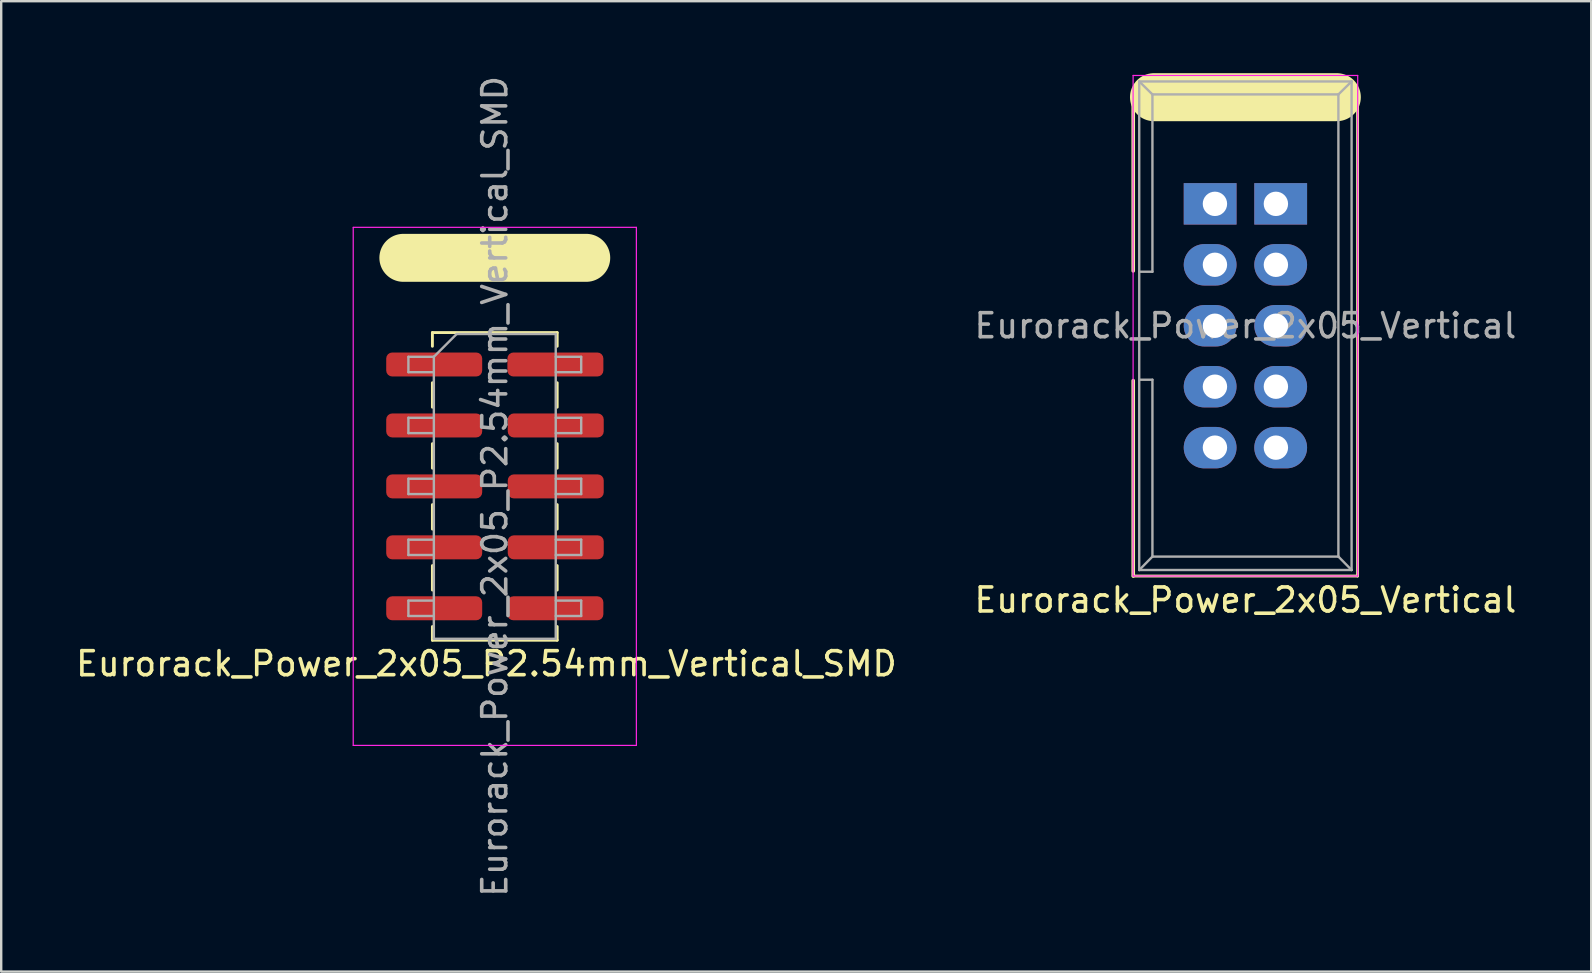
<source format=kicad_pcb>
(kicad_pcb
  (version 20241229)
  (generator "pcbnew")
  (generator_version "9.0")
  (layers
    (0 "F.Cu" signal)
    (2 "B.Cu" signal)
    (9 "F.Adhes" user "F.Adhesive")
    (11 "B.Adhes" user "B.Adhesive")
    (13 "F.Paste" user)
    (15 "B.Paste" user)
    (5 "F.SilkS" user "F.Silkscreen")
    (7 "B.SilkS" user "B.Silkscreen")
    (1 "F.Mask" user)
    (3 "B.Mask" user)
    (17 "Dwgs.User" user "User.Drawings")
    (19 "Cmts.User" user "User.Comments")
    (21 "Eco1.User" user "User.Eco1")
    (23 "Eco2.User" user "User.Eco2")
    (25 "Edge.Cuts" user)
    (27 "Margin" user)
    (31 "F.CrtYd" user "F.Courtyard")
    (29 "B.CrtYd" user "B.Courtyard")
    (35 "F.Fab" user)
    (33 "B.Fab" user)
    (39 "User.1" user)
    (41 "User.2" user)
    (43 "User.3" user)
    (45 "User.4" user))
  (footprint "Eurorack_Power_2x05_Vertical"
    (layer "F.Cu")
    (at 47.581 5.445)
    (property "Reference" "Eurorack_Power_2x05_Vertical" (at 1.27 16.51 0) (layer "F.SilkS") (effects (font (size 1 1) (thickness 0.15))))
    (attr through_hole)
    (fp_line (start -3.405 -4.445) (end -3.405 2.794) (stroke (width 0.15) (type solid)) (layer "F.SilkS"))
    (fp_line (start -3.405 15.51) (end -3.405 7.366) (stroke (width 0.15) (type solid)) (layer "F.SilkS"))
    (fp_line (start 5.08 -4.445) (end -2.54 -4.445) (stroke (width 2) (type solid)) (layer "F.SilkS"))
    (fp_line (start 5.945 -4.445) (end 5.945 15.51) (stroke (width 0.12) (type solid)) (layer "F.SilkS"))
    (fp_line (start 5.945 15.51) (end -3.405 15.51) (stroke (width 0.12) (type solid)) (layer "F.SilkS"))
    (fp_line (start -3.41 -5.35) (end -3.41 15.51) (stroke (width 0.05) (type solid)) (layer "F.CrtYd"))
    (fp_line (start 5.95 -5.35) (end -3.41 -5.35) (stroke (width 0.05) (type solid)) (layer "F.CrtYd"))
    (fp_line (start 5.95 -5.35) (end 5.95 15.51) (stroke (width 0.05) (type solid)) (layer "F.CrtYd"))
    (fp_line (start 5.95 15.51) (end -3.41 15.51) (stroke (width 0.05) (type solid)) (layer "F.CrtYd"))
    (fp_line (start -3.155 -5.1) (end -3.155 15.26) (stroke (width 0.1) (type solid)) (layer "F.Fab"))
    (fp_line (start -3.155 -5.1) (end -2.605 -4.56) (stroke (width 0.1) (type solid)) (layer "F.Fab"))
    (fp_line (start -3.155 15.26) (end -2.605 14.7) (stroke (width 0.1) (type solid)) (layer "F.Fab"))
    (fp_line (start -2.605 -4.56) (end -2.605 2.83) (stroke (width 0.1) (type solid)) (layer "F.Fab"))
    (fp_line (start -2.605 2.83) (end -3.155 2.83) (stroke (width 0.1) (type solid)) (layer "F.Fab"))
    (fp_line (start -2.605 7.33) (end -3.155 7.33) (stroke (width 0.1) (type solid)) (layer "F.Fab"))
    (fp_line (start -2.605 7.33) (end -2.605 14.7) (stroke (width 0.1) (type solid)) (layer "F.Fab"))
    (fp_line (start 5.145 -4.56) (end -2.605 -4.56) (stroke (width 0.1) (type solid)) (layer "F.Fab"))
    (fp_line (start 5.145 -4.56) (end 5.145 14.7) (stroke (width 0.1) (type solid)) (layer "F.Fab"))
    (fp_line (start 5.145 14.7) (end -2.605 14.7) (stroke (width 0.1) (type solid)) (layer "F.Fab"))
    (fp_line (start 5.695 -5.1) (end -3.155 -5.1) (stroke (width 0.1) (type solid)) (layer "F.Fab"))
    (fp_line (start 5.695 -5.1) (end 5.145 -4.56) (stroke (width 0.1) (type solid)) (layer "F.Fab"))
    (fp_line (start 5.695 -5.1) (end 5.695 15.26) (stroke (width 0.1) (type solid)) (layer "F.Fab"))
    (fp_line (start 5.695 15.26) (end -3.155 15.26) (stroke (width 0.1) (type solid)) (layer "F.Fab"))
    (fp_line (start 5.695 15.26) (end 5.145 14.7) (stroke (width 0.1) (type solid)) (layer "F.Fab"))
    (fp_text user "${REFERENCE}" (at 1.27 5.08 0) (layer "F.Fab") (effects (font (size 1 1) (thickness 0.15))))
    (pad "1" thru_hole rect (at 0 0) (size 2.2 1.727) (drill 1.016 (offset -0.2 0)) (layers "*.Cu" "*.Mask"))
    (pad "1" thru_hole rect (at 2.54 0) (size 2.2 1.727) (drill 1.016 (offset 0.2 0)) (layers "*.Cu" "*.Mask"))
    (pad "2" thru_hole oval (at 0 2.54) (size 2.2 1.727) (drill 1.016 (offset -0.2 0)) (layers "*.Cu" "*.Mask"))
    (pad "2" thru_hole oval (at 0 5.08) (size 2.2 1.727) (drill 1.016 (offset -0.2 0)) (layers "*.Cu" "*.Mask"))
    (pad "2" thru_hole oval (at 0 7.62) (size 2.2 1.727) (drill 1.016 (offset -0.2 0)) (layers "*.Cu" "*.Mask"))
    (pad "2" thru_hole oval (at 2.54 2.54) (size 2.2 1.727) (drill 1.016 (offset 0.2 0)) (layers "*.Cu" "*.Mask"))
    (pad "2" thru_hole oval (at 2.54 5.08) (size 2.2 1.727) (drill 1.016 (offset 0.2 0)) (layers "*.Cu" "*.Mask"))
    (pad "2" thru_hole oval (at 2.54 7.62) (size 2.2 1.727) (drill 1.016 (offset 0.2 0)) (layers "*.Cu" "*.Mask"))
    (pad "3" thru_hole oval (at 0 10.16) (size 2.2 1.727) (drill 1.016 (offset -0.2 0)) (layers "*.Cu" "*.Mask"))
    (pad "3" thru_hole oval (at 2.54 10.16) (size 2.2 1.727) (drill 1.016 (offset 0.2 0)) (layers "*.Cu" "*.Mask")))
  (footprint "Eurorack_Power_2x05_P2.54mm_Vertical_SMD"
    (layer "F.Cu")
    (at 17.57 17.22)
    (property "Reference" "Eurorack_Power_2x05_P2.54mm_Vertical_SMD" (at -0.35 7.39 0) (layer "F.SilkS") (effects (font (size 1 1) (thickness 0.15))))
    (attr smd)
    (fp_line (start -2.6 -6.41) (end -2.6 -5.84) (stroke (width 0.12) (type solid)) (layer "F.SilkS"))
    (fp_line (start -2.6 -6.41) (end 2.6 -6.41) (stroke (width 0.12) (type solid)) (layer "F.SilkS"))
    (fp_line (start -2.6 -4.32) (end -2.6 -3.3) (stroke (width 0.12) (type solid)) (layer "F.SilkS"))
    (fp_line (start -2.6 -1.78) (end -2.6 -0.76) (stroke (width 0.12) (type solid)) (layer "F.SilkS"))
    (fp_line (start -2.6 0.76) (end -2.6 1.78) (stroke (width 0.12) (type solid)) (layer "F.SilkS"))
    (fp_line (start -2.6 3.3) (end -2.6 4.32) (stroke (width 0.12) (type solid)) (layer "F.SilkS"))
    (fp_line (start -2.6 5.84) (end -2.6 6.41) (stroke (width 0.12) (type solid)) (layer "F.SilkS"))
    (fp_line (start -2.6 6.41) (end 2.6 6.41) (stroke (width 0.12) (type solid)) (layer "F.SilkS"))
    (fp_line (start 2.6 -6.41) (end 2.6 -5.84) (stroke (width 0.12) (type solid)) (layer "F.SilkS"))
    (fp_line (start 2.6 -4.32) (end 2.6 -3.3) (stroke (width 0.12) (type solid)) (layer "F.SilkS"))
    (fp_line (start 2.6 -1.78) (end 2.6 -0.76) (stroke (width 0.12) (type solid)) (layer "F.SilkS"))
    (fp_line (start 2.6 0.76) (end 2.6 1.78) (stroke (width 0.12) (type solid)) (layer "F.SilkS"))
    (fp_line (start 2.6 3.3) (end 2.6 4.32) (stroke (width 0.12) (type solid)) (layer "F.SilkS"))
    (fp_line (start 2.6 5.84) (end 2.6 6.41) (stroke (width 0.12) (type solid)) (layer "F.SilkS"))
    (fp_line (start 3.81 -9.525) (end -3.81 -9.525) (stroke (width 2) (type solid)) (layer "F.SilkS"))
    (fp_line (start -5.9 -10.795) (end -5.9 10.795) (stroke (width 0.05) (type solid)) (layer "F.CrtYd"))
    (fp_line (start -5.9 10.795) (end 5.9 10.795) (stroke (width 0.05) (type solid)) (layer "F.CrtYd"))
    (fp_line (start 5.9 -10.795) (end -5.9 -10.795) (stroke (width 0.05) (type solid)) (layer "F.CrtYd"))
    (fp_line (start 5.9 10.795) (end 5.9 -10.795) (stroke (width 0.05) (type solid)) (layer "F.CrtYd"))
    (fp_line (start -3.6 -5.4) (end -3.6 -4.76) (stroke (width 0.1) (type solid)) (layer "F.Fab"))
    (fp_line (start -3.6 -4.76) (end -2.54 -4.76) (stroke (width 0.1) (type solid)) (layer "F.Fab"))
    (fp_line (start -3.6 -2.86) (end -3.6 -2.22) (stroke (width 0.1) (type solid)) (layer "F.Fab"))
    (fp_line (start -3.6 -2.22) (end -2.54 -2.22) (stroke (width 0.1) (type solid)) (layer "F.Fab"))
    (fp_line (start -3.6 -0.32) (end -3.6 0.32) (stroke (width 0.1) (type solid)) (layer "F.Fab"))
    (fp_line (start -3.6 0.32) (end -2.54 0.32) (stroke (width 0.1) (type solid)) (layer "F.Fab"))
    (fp_line (start -3.6 2.22) (end -3.6 2.86) (stroke (width 0.1) (type solid)) (layer "F.Fab"))
    (fp_line (start -3.6 2.86) (end -2.54 2.86) (stroke (width 0.1) (type solid)) (layer "F.Fab"))
    (fp_line (start -3.6 4.76) (end -3.6 5.4) (stroke (width 0.1) (type solid)) (layer "F.Fab"))
    (fp_line (start -3.6 5.4) (end -2.54 5.4) (stroke (width 0.1) (type solid)) (layer "F.Fab"))
    (fp_line (start -2.54 -5.4) (end -3.6 -5.4) (stroke (width 0.1) (type solid)) (layer "F.Fab"))
    (fp_line (start -2.54 -5.4) (end -1.59 -6.35) (stroke (width 0.1) (type solid)) (layer "F.Fab"))
    (fp_line (start -2.54 -2.86) (end -3.6 -2.86) (stroke (width 0.1) (type solid)) (layer "F.Fab"))
    (fp_line (start -2.54 -0.32) (end -3.6 -0.32) (stroke (width 0.1) (type solid)) (layer "F.Fab"))
    (fp_line (start -2.54 2.22) (end -3.6 2.22) (stroke (width 0.1) (type solid)) (layer "F.Fab"))
    (fp_line (start -2.54 4.76) (end -3.6 4.76) (stroke (width 0.1) (type solid)) (layer "F.Fab"))
    (fp_line (start -2.54 6.35) (end -2.54 -5.4) (stroke (width 0.1) (type solid)) (layer "F.Fab"))
    (fp_line (start -1.59 -6.35) (end 2.54 -6.35) (stroke (width 0.1) (type solid)) (layer "F.Fab"))
    (fp_line (start 2.54 -6.35) (end 2.54 6.35) (stroke (width 0.1) (type solid)) (layer "F.Fab"))
    (fp_line (start 2.54 -5.4) (end 3.6 -5.4) (stroke (width 0.1) (type solid)) (layer "F.Fab"))
    (fp_line (start 2.54 -2.86) (end 3.6 -2.86) (stroke (width 0.1) (type solid)) (layer "F.Fab"))
    (fp_line (start 2.54 -0.32) (end 3.6 -0.32) (stroke (width 0.1) (type solid)) (layer "F.Fab"))
    (fp_line (start 2.54 2.22) (end 3.6 2.22) (stroke (width 0.1) (type solid)) (layer "F.Fab"))
    (fp_line (start 2.54 4.76) (end 3.6 4.76) (stroke (width 0.1) (type solid)) (layer "F.Fab"))
    (fp_line (start 2.54 6.35) (end -2.54 6.35) (stroke (width 0.1) (type solid)) (layer "F.Fab"))
    (fp_line (start 3.6 -5.4) (end 3.6 -4.76) (stroke (width 0.1) (type solid)) (layer "F.Fab"))
    (fp_line (start 3.6 -4.76) (end 2.54 -4.76) (stroke (width 0.1) (type solid)) (layer "F.Fab"))
    (fp_line (start 3.6 -2.86) (end 3.6 -2.22) (stroke (width 0.1) (type solid)) (layer "F.Fab"))
    (fp_line (start 3.6 -2.22) (end 2.54 -2.22) (stroke (width 0.1) (type solid)) (layer "F.Fab"))
    (fp_line (start 3.6 -0.32) (end 3.6 0.32) (stroke (width 0.1) (type solid)) (layer "F.Fab"))
    (fp_line (start 3.6 0.32) (end 2.54 0.32) (stroke (width 0.1) (type solid)) (layer "F.Fab"))
    (fp_line (start 3.6 2.22) (end 3.6 2.86) (stroke (width 0.1) (type solid)) (layer "F.Fab"))
    (fp_line (start 3.6 2.86) (end 2.54 2.86) (stroke (width 0.1) (type solid)) (layer "F.Fab"))
    (fp_line (start 3.6 4.76) (end 3.6 5.4) (stroke (width 0.1) (type solid)) (layer "F.Fab"))
    (fp_line (start 3.6 5.4) (end 2.54 5.4) (stroke (width 0.1) (type solid)) (layer "F.Fab"))
    (fp_text user "${REFERENCE}" (at 0 0 90) (layer "F.Fab") (effects (font (size 1 1) (thickness 0.15))))
    (pad "1" smd roundrect (at -2.525 -5.08) (size 4 1) (layers "F.Cu" "F.Mask" "F.Paste") (roundrect_rratio 0.25))
    (pad "1" smd roundrect (at 2.525 -5.08) (size 4 1) (layers "F.Cu" "F.Mask" "F.Paste") (roundrect_rratio 0.25))
    (pad "2" smd roundrect (at -2.525 -2.54) (size 4 1) (layers "F.Cu" "F.Mask" "F.Paste") (roundrect_rratio 0.25))
    (pad "2" smd roundrect (at -2.525 0) (size 4 1) (layers "F.Cu" "F.Mask" "F.Paste") (roundrect_rratio 0.25))
    (pad "2" smd roundrect (at -2.525 2.54) (size 4 1) (layers "F.Cu" "F.Mask" "F.Paste") (roundrect_rratio 0.25))
    (pad "2" smd roundrect (at 2.54 -2.54) (size 4 1) (layers "F.Cu" "F.Mask" "F.Paste") (roundrect_rratio 0.25))
    (pad "2" smd roundrect (at 2.54 0) (size 4 1) (layers "F.Cu" "F.Mask" "F.Paste") (roundrect_rratio 0.25))
    (pad "2" smd roundrect (at 2.54 2.54) (size 4 1) (layers "F.Cu" "F.Mask" "F.Paste") (roundrect_rratio 0.25))
    (pad "3" smd roundrect (at -2.525 5.08) (size 4 1) (layers "F.Cu" "F.Mask" "F.Paste") (roundrect_rratio 0.25))
    (pad "3" smd roundrect (at 2.525 5.08) (size 4 1) (layers "F.Cu" "F.Mask" "F.Paste") (roundrect_rratio 0.25)))
  (gr_rect
    (start -3 -3)
    (end 63.262 37.44)
    (stroke (width 0.1) (type default))
    (fill no)
    (layer "Edge.Cuts")))
</source>
